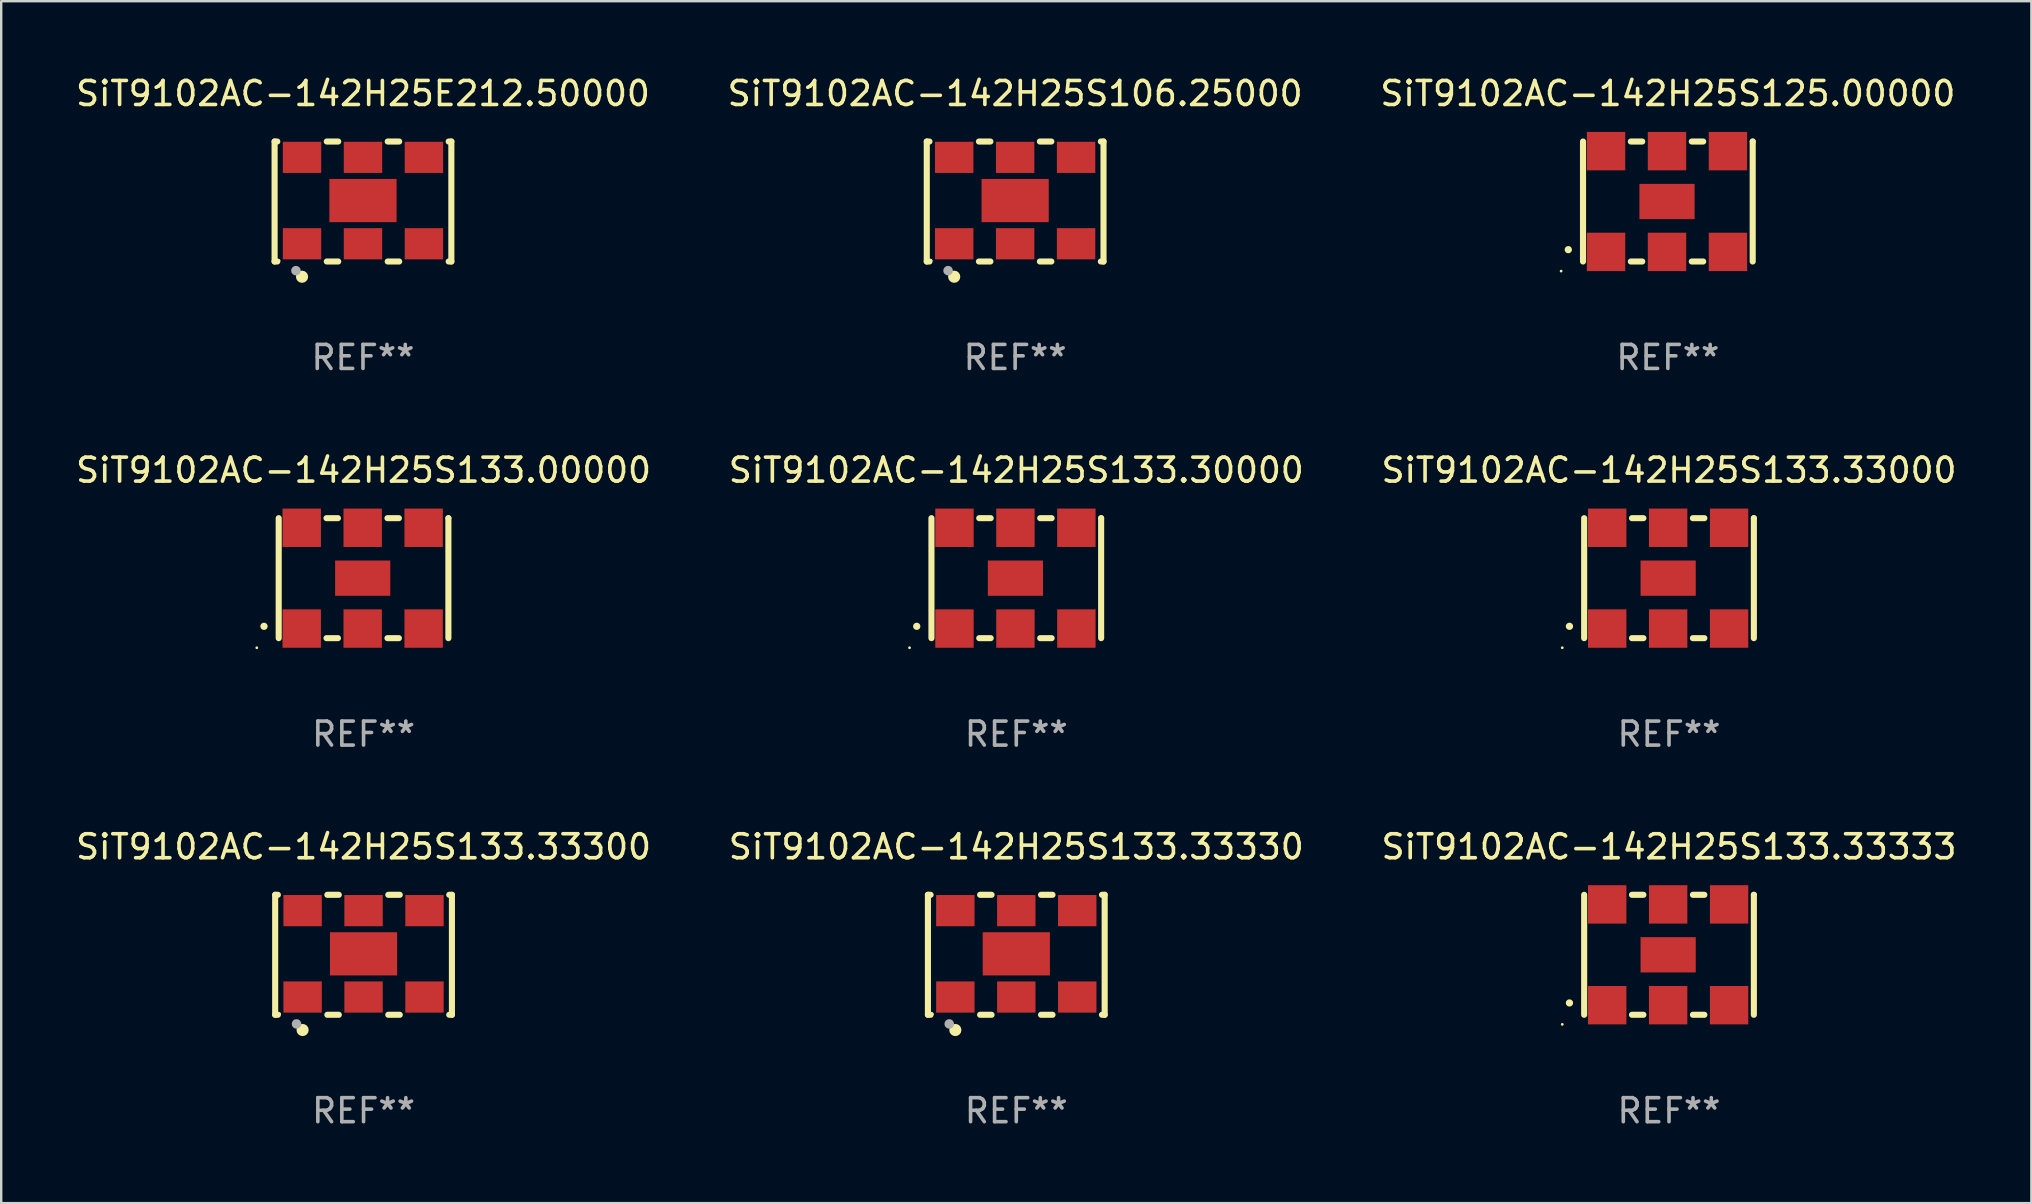
<source format=kicad_pcb>
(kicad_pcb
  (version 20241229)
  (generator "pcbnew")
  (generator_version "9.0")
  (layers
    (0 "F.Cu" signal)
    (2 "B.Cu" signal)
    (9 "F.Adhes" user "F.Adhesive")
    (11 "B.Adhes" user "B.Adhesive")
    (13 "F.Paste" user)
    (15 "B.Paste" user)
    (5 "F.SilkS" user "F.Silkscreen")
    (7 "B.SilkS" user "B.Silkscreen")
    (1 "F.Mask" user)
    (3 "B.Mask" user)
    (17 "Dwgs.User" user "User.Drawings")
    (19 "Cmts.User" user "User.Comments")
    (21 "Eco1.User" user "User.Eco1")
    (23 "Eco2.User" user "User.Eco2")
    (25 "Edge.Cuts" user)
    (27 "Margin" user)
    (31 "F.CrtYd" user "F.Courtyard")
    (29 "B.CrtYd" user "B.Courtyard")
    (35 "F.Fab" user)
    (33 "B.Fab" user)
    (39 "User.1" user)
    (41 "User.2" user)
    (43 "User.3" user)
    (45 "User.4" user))
  (footprint "SiT9102AC-142H25S133.33000"
    (layer "F.Cu")
    (at 66.506 21.045)
    (property "Reference" "SiT9102AC-142H25S133.33000" (at 0 -4.5 0) (layer "F.SilkS") (effects (font (size 1 1) (thickness 0.15))))
    (attr through_hole)
    (fp_line (start -3.536 -2.5) (end -3.536 2.5) (stroke (width 0.254) (type solid)) (layer "F.SilkS"))
    (fp_line (start -1.544 2.5) (end -1.067 2.5) (stroke (width 0.254) (type solid)) (layer "F.SilkS"))
    (fp_line (start -1.067 -2.5) (end -1.544 -2.5) (stroke (width 0.254) (type solid)) (layer "F.SilkS"))
    (fp_line (start 0.996 2.5) (end 1.473 2.5) (stroke (width 0.254) (type solid)) (layer "F.SilkS"))
    (fp_line (start 1.473 -2.5) (end 0.996 -2.5) (stroke (width 0.254) (type solid)) (layer "F.SilkS"))
    (fp_line (start 3.536 -2.5) (end 3.536 -2.5) (stroke (width 0.254) (type solid)) (layer "F.SilkS"))
    (fp_line (start 3.536 2.5) (end 3.536 -2.5) (stroke (width 0.254) (type solid)) (layer "F.SilkS"))
    (fp_arc (start -4.150432 2.006604) (mid -4.149162 2.006599) (end -4.147892 2.006604) (stroke (width 0.3) (type solid)) (layer "F.SilkS"))
    (fp_circle (center -4.449 2.9) (end -4.419 2.9) (stroke (width 0.06) (type solid)) (fill no) (layer "F.SilkS"))
    (fp_text user "REF**" (at 0 6.5 0) (layer "F.Fab") (effects (font (size 1 1) (thickness 0.15))))
    (pad "1" smd rect (at -2.576 2.1) (size 1.6 1.6) (layers "F.Cu" "F.Mask" "F.Paste"))
    (pad "2" smd rect (at -0.036 2.1) (size 1.6 1.6) (layers "F.Cu" "F.Mask" "F.Paste"))
    (pad "3" smd rect (at 2.504 2.1) (size 1.6 1.6) (layers "F.Cu" "F.Mask" "F.Paste"))
    (pad "4" smd rect (at 2.504 -2.1) (size 1.6 1.6) (layers "F.Cu" "F.Mask" "F.Paste"))
    (pad "5" smd rect (at -0.036 -2.1) (size 1.6 1.6) (layers "F.Cu" "F.Mask" "F.Paste"))
    (pad "6" smd rect (at -2.576 -2.1) (size 1.6 1.6) (layers "F.Cu" "F.Mask" "F.Paste"))
    (pad "7" smd rect (at -0.036 0) (size 2.3 1.47) (layers "F.Cu" "F.Mask" "F.Paste")))
  (footprint "SiT9102AC-142H25S133.33330"
    (layer "F.Cu")
    (at 39.304 36.741)
    (property "Reference" "SiT9102AC-142H25S133.33330" (at 0 -4.5 0) (layer "F.SilkS") (effects (font (size 1 1) (thickness 0.15))))
    (attr through_hole)
    (fp_line (start -3.683 -2.5) (end -3.571 -2.5) (stroke (width 0.254) (type solid)) (layer "F.SilkS"))
    (fp_line (start -3.683 2.5) (end -3.683 -2.5) (stroke (width 0.254) (type solid)) (layer "F.SilkS"))
    (fp_line (start -3.683 2.5) (end -3.571 2.5) (stroke (width 0.254) (type solid)) (layer "F.SilkS"))
    (fp_line (start -1.509 -2.5) (end -1.031 -2.5) (stroke (width 0.254) (type solid)) (layer "F.SilkS"))
    (fp_line (start -1.509 2.5) (end -1.031 2.5) (stroke (width 0.254) (type solid)) (layer "F.SilkS"))
    (fp_line (start 1.031 -2.5) (end 1.509 -2.5) (stroke (width 0.254) (type solid)) (layer "F.SilkS"))
    (fp_line (start 1.031 2.5) (end 1.509 2.5) (stroke (width 0.254) (type solid)) (layer "F.SilkS"))
    (fp_line (start 3.571 -2.5) (end 3.683 -2.5) (stroke (width 0.254) (type solid)) (layer "F.SilkS"))
    (fp_line (start 3.571 2.5) (end 3.683 2.5) (stroke (width 0.254) (type solid)) (layer "F.SilkS"))
    (fp_line (start 3.683 2.5) (end 3.683 -2.5) (stroke (width 0.254) (type solid)) (layer "F.SilkS"))
    (fp_circle (center -3.5 2.46) (end -3.47 2.46) (stroke (width 0.06) (type solid)) (fill no) (layer "F.SilkS"))
    (fp_circle (center -2.54 3.135) (end -2.413 3.135) (stroke (width 0.254) (type solid)) (fill no) (layer "F.SilkS"))
    (fp_circle (center -2.794 2.881) (end -2.694 2.881) (stroke (width 0.2) (type solid)) (fill no) (layer "F.Fab"))
    (fp_text user "REF**" (at 0 6.5 0) (layer "F.Fab") (effects (font (size 1 1) (thickness 0.15))))
    (pad "1" smd rect (at -2.54 1.76) (size 1.6 1.3) (layers "F.Cu" "F.Mask" "F.Paste"))
    (pad "2" smd rect (at 0 1.76) (size 1.6 1.3) (layers "F.Cu" "F.Mask" "F.Paste"))
    (pad "3" smd rect (at 2.54 1.76) (size 1.6 1.3) (layers "F.Cu" "F.Mask" "F.Paste"))
    (pad "4" smd rect (at 2.54 -1.84) (size 1.6 1.3) (layers "F.Cu" "F.Mask" "F.Paste"))
    (pad "5" smd rect (at 0 -1.84) (size 1.6 1.3) (layers "F.Cu" "F.Mask" "F.Paste"))
    (pad "6" smd rect (at -2.54 -1.84) (size 1.6 1.3) (layers "F.Cu" "F.Mask" "F.Paste"))
    (pad "7" smd rect (at 0 -0.04) (size 2.8 1.8) (layers "F.Cu" "F.Mask" "F.Paste")))
  (footprint "SiT9102AC-142H25S133.00000"
    (layer "F.Cu")
    (at 12.101 21.045)
    (property "Reference" "SiT9102AC-142H25S133.00000" (at 0 -4.5 0) (layer "F.SilkS") (effects (font (size 1 1) (thickness 0.15))))
    (attr through_hole)
    (fp_line (start -3.536 -2.5) (end -3.536 2.5) (stroke (width 0.254) (type solid)) (layer "F.SilkS"))
    (fp_line (start -1.544 2.5) (end -1.067 2.5) (stroke (width 0.254) (type solid)) (layer "F.SilkS"))
    (fp_line (start -1.067 -2.5) (end -1.544 -2.5) (stroke (width 0.254) (type solid)) (layer "F.SilkS"))
    (fp_line (start 0.996 2.5) (end 1.473 2.5) (stroke (width 0.254) (type solid)) (layer "F.SilkS"))
    (fp_line (start 1.473 -2.5) (end 0.996 -2.5) (stroke (width 0.254) (type solid)) (layer "F.SilkS"))
    (fp_line (start 3.536 -2.5) (end 3.536 -2.5) (stroke (width 0.254) (type solid)) (layer "F.SilkS"))
    (fp_line (start 3.536 2.5) (end 3.536 -2.5) (stroke (width 0.254) (type solid)) (layer "F.SilkS"))
    (fp_arc (start -4.150432 2.006604) (mid -4.149162 2.006599) (end -4.147892 2.006604) (stroke (width 0.3) (type solid)) (layer "F.SilkS"))
    (fp_circle (center -4.449 2.9) (end -4.419 2.9) (stroke (width 0.06) (type solid)) (fill no) (layer "F.SilkS"))
    (fp_text user "REF**" (at 0 6.5 0) (layer "F.Fab") (effects (font (size 1 1) (thickness 0.15))))
    (pad "1" smd rect (at -2.576 2.1) (size 1.6 1.6) (layers "F.Cu" "F.Mask" "F.Paste"))
    (pad "2" smd rect (at -0.036 2.1) (size 1.6 1.6) (layers "F.Cu" "F.Mask" "F.Paste"))
    (pad "3" smd rect (at 2.504 2.1) (size 1.6 1.6) (layers "F.Cu" "F.Mask" "F.Paste"))
    (pad "4" smd rect (at 2.504 -2.1) (size 1.6 1.6) (layers "F.Cu" "F.Mask" "F.Paste"))
    (pad "5" smd rect (at -0.036 -2.1) (size 1.6 1.6) (layers "F.Cu" "F.Mask" "F.Paste"))
    (pad "6" smd rect (at -2.576 -2.1) (size 1.6 1.6) (layers "F.Cu" "F.Mask" "F.Paste"))
    (pad "7" smd rect (at -0.036 0) (size 2.3 1.47) (layers "F.Cu" "F.Mask" "F.Paste")))
  (footprint "SiT9102AC-142H25S133.30000"
    (layer "F.Cu")
    (at 39.304 21.045)
    (property "Reference" "SiT9102AC-142H25S133.30000" (at 0 -4.5 0) (layer "F.SilkS") (effects (font (size 1 1) (thickness 0.15))))
    (attr through_hole)
    (fp_line (start -3.536 -2.5) (end -3.536 2.5) (stroke (width 0.254) (type solid)) (layer "F.SilkS"))
    (fp_line (start -1.544 2.5) (end -1.067 2.5) (stroke (width 0.254) (type solid)) (layer "F.SilkS"))
    (fp_line (start -1.067 -2.5) (end -1.544 -2.5) (stroke (width 0.254) (type solid)) (layer "F.SilkS"))
    (fp_line (start 0.996 2.5) (end 1.473 2.5) (stroke (width 0.254) (type solid)) (layer "F.SilkS"))
    (fp_line (start 1.473 -2.5) (end 0.996 -2.5) (stroke (width 0.254) (type solid)) (layer "F.SilkS"))
    (fp_line (start 3.536 -2.5) (end 3.536 -2.5) (stroke (width 0.254) (type solid)) (layer "F.SilkS"))
    (fp_line (start 3.536 2.5) (end 3.536 -2.5) (stroke (width 0.254) (type solid)) (layer "F.SilkS"))
    (fp_arc (start -4.150432 2.006604) (mid -4.149162 2.006599) (end -4.147892 2.006604) (stroke (width 0.3) (type solid)) (layer "F.SilkS"))
    (fp_circle (center -4.449 2.9) (end -4.419 2.9) (stroke (width 0.06) (type solid)) (fill no) (layer "F.SilkS"))
    (fp_text user "REF**" (at 0 6.5 0) (layer "F.Fab") (effects (font (size 1 1) (thickness 0.15))))
    (pad "1" smd rect (at -2.576 2.1) (size 1.6 1.6) (layers "F.Cu" "F.Mask" "F.Paste"))
    (pad "2" smd rect (at -0.036 2.1) (size 1.6 1.6) (layers "F.Cu" "F.Mask" "F.Paste"))
    (pad "3" smd rect (at 2.504 2.1) (size 1.6 1.6) (layers "F.Cu" "F.Mask" "F.Paste"))
    (pad "4" smd rect (at 2.504 -2.1) (size 1.6 1.6) (layers "F.Cu" "F.Mask" "F.Paste"))
    (pad "5" smd rect (at -0.036 -2.1) (size 1.6 1.6) (layers "F.Cu" "F.Mask" "F.Paste"))
    (pad "6" smd rect (at -2.576 -2.1) (size 1.6 1.6) (layers "F.Cu" "F.Mask" "F.Paste"))
    (pad "7" smd rect (at -0.036 0) (size 2.3 1.47) (layers "F.Cu" "F.Mask" "F.Paste")))
  (footprint "SiT9102AC-142H25S125.00000"
    (layer "F.Cu")
    (at 66.458 5.348)
    (property "Reference" "SiT9102AC-142H25S125.00000" (at 0 -4.5 0) (layer "F.SilkS") (effects (font (size 1 1) (thickness 0.15))))
    (attr through_hole)
    (fp_line (start -3.536 -2.5) (end -3.536 2.5) (stroke (width 0.254) (type solid)) (layer "F.SilkS"))
    (fp_line (start -1.544 2.5) (end -1.067 2.5) (stroke (width 0.254) (type solid)) (layer "F.SilkS"))
    (fp_line (start -1.067 -2.5) (end -1.544 -2.5) (stroke (width 0.254) (type solid)) (layer "F.SilkS"))
    (fp_line (start 0.996 2.5) (end 1.473 2.5) (stroke (width 0.254) (type solid)) (layer "F.SilkS"))
    (fp_line (start 1.473 -2.5) (end 0.996 -2.5) (stroke (width 0.254) (type solid)) (layer "F.SilkS"))
    (fp_line (start 3.536 -2.5) (end 3.536 -2.5) (stroke (width 0.254) (type solid)) (layer "F.SilkS"))
    (fp_line (start 3.536 2.5) (end 3.536 -2.5) (stroke (width 0.254) (type solid)) (layer "F.SilkS"))
    (fp_arc (start -4.150432 2.006604) (mid -4.149162 2.006599) (end -4.147892 2.006604) (stroke (width 0.3) (type solid)) (layer "F.SilkS"))
    (fp_circle (center -4.449 2.9) (end -4.419 2.9) (stroke (width 0.06) (type solid)) (fill no) (layer "F.SilkS"))
    (fp_text user "REF**" (at 0 6.5 0) (layer "F.Fab") (effects (font (size 1 1) (thickness 0.15))))
    (pad "1" smd rect (at -2.576 2.1) (size 1.6 1.6) (layers "F.Cu" "F.Mask" "F.Paste"))
    (pad "2" smd rect (at -0.036 2.1) (size 1.6 1.6) (layers "F.Cu" "F.Mask" "F.Paste"))
    (pad "3" smd rect (at 2.504 2.1) (size 1.6 1.6) (layers "F.Cu" "F.Mask" "F.Paste"))
    (pad "4" smd rect (at 2.504 -2.1) (size 1.6 1.6) (layers "F.Cu" "F.Mask" "F.Paste"))
    (pad "5" smd rect (at -0.036 -2.1) (size 1.6 1.6) (layers "F.Cu" "F.Mask" "F.Paste"))
    (pad "6" smd rect (at -2.576 -2.1) (size 1.6 1.6) (layers "F.Cu" "F.Mask" "F.Paste"))
    (pad "7" smd rect (at -0.036 0) (size 2.3 1.47) (layers "F.Cu" "F.Mask" "F.Paste")))
  (footprint "SiT9102AC-142H25S133.33300"
    (layer "F.Cu")
    (at 12.101 36.741)
    (property "Reference" "SiT9102AC-142H25S133.33300" (at 0 -4.5 0) (layer "F.SilkS") (effects (font (size 1 1) (thickness 0.15))))
    (attr through_hole)
    (fp_line (start -3.683 -2.5) (end -3.571 -2.5) (stroke (width 0.254) (type solid)) (layer "F.SilkS"))
    (fp_line (start -3.683 2.5) (end -3.683 -2.5) (stroke (width 0.254) (type solid)) (layer "F.SilkS"))
    (fp_line (start -3.683 2.5) (end -3.571 2.5) (stroke (width 0.254) (type solid)) (layer "F.SilkS"))
    (fp_line (start -1.509 -2.5) (end -1.031 -2.5) (stroke (width 0.254) (type solid)) (layer "F.SilkS"))
    (fp_line (start -1.509 2.5) (end -1.031 2.5) (stroke (width 0.254) (type solid)) (layer "F.SilkS"))
    (fp_line (start 1.031 -2.5) (end 1.509 -2.5) (stroke (width 0.254) (type solid)) (layer "F.SilkS"))
    (fp_line (start 1.031 2.5) (end 1.509 2.5) (stroke (width 0.254) (type solid)) (layer "F.SilkS"))
    (fp_line (start 3.571 -2.5) (end 3.683 -2.5) (stroke (width 0.254) (type solid)) (layer "F.SilkS"))
    (fp_line (start 3.571 2.5) (end 3.683 2.5) (stroke (width 0.254) (type solid)) (layer "F.SilkS"))
    (fp_line (start 3.683 2.5) (end 3.683 -2.5) (stroke (width 0.254) (type solid)) (layer "F.SilkS"))
    (fp_circle (center -3.5 2.46) (end -3.47 2.46) (stroke (width 0.06) (type solid)) (fill no) (layer "F.SilkS"))
    (fp_circle (center -2.54 3.135) (end -2.413 3.135) (stroke (width 0.254) (type solid)) (fill no) (layer "F.SilkS"))
    (fp_circle (center -2.794 2.881) (end -2.694 2.881) (stroke (width 0.2) (type solid)) (fill no) (layer "F.Fab"))
    (fp_text user "REF**" (at 0 6.5 0) (layer "F.Fab") (effects (font (size 1 1) (thickness 0.15))))
    (pad "1" smd rect (at -2.54 1.76) (size 1.6 1.3) (layers "F.Cu" "F.Mask" "F.Paste"))
    (pad "2" smd rect (at 0 1.76) (size 1.6 1.3) (layers "F.Cu" "F.Mask" "F.Paste"))
    (pad "3" smd rect (at 2.54 1.76) (size 1.6 1.3) (layers "F.Cu" "F.Mask" "F.Paste"))
    (pad "4" smd rect (at 2.54 -1.84) (size 1.6 1.3) (layers "F.Cu" "F.Mask" "F.Paste"))
    (pad "5" smd rect (at 0 -1.84) (size 1.6 1.3) (layers "F.Cu" "F.Mask" "F.Paste"))
    (pad "6" smd rect (at -2.54 -1.84) (size 1.6 1.3) (layers "F.Cu" "F.Mask" "F.Paste"))
    (pad "7" smd rect (at 0 -0.04) (size 2.8 1.8) (layers "F.Cu" "F.Mask" "F.Paste")))
  (footprint "SiT9102AC-142H25S106.25000"
    (layer "F.Cu")
    (at 39.256 5.348)
    (property "Reference" "SiT9102AC-142H25S106.25000" (at 0 -4.5 0) (layer "F.SilkS") (effects (font (size 1 1) (thickness 0.15))))
    (attr through_hole)
    (fp_line (start -3.683 -2.5) (end -3.571 -2.5) (stroke (width 0.254) (type solid)) (layer "F.SilkS"))
    (fp_line (start -3.683 2.5) (end -3.683 -2.5) (stroke (width 0.254) (type solid)) (layer "F.SilkS"))
    (fp_line (start -3.683 2.5) (end -3.571 2.5) (stroke (width 0.254) (type solid)) (layer "F.SilkS"))
    (fp_line (start -1.509 -2.5) (end -1.031 -2.5) (stroke (width 0.254) (type solid)) (layer "F.SilkS"))
    (fp_line (start -1.509 2.5) (end -1.031 2.5) (stroke (width 0.254) (type solid)) (layer "F.SilkS"))
    (fp_line (start 1.031 -2.5) (end 1.509 -2.5) (stroke (width 0.254) (type solid)) (layer "F.SilkS"))
    (fp_line (start 1.031 2.5) (end 1.509 2.5) (stroke (width 0.254) (type solid)) (layer "F.SilkS"))
    (fp_line (start 3.571 -2.5) (end 3.683 -2.5) (stroke (width 0.254) (type solid)) (layer "F.SilkS"))
    (fp_line (start 3.571 2.5) (end 3.683 2.5) (stroke (width 0.254) (type solid)) (layer "F.SilkS"))
    (fp_line (start 3.683 2.5) (end 3.683 -2.5) (stroke (width 0.254) (type solid)) (layer "F.SilkS"))
    (fp_circle (center -3.5 2.46) (end -3.47 2.46) (stroke (width 0.06) (type solid)) (fill no) (layer "F.SilkS"))
    (fp_circle (center -2.54 3.135) (end -2.413 3.135) (stroke (width 0.254) (type solid)) (fill no) (layer "F.SilkS"))
    (fp_circle (center -2.794 2.881) (end -2.694 2.881) (stroke (width 0.2) (type solid)) (fill no) (layer "F.Fab"))
    (fp_text user "REF**" (at 0 6.5 0) (layer "F.Fab") (effects (font (size 1 1) (thickness 0.15))))
    (pad "1" smd rect (at -2.54 1.76) (size 1.6 1.3) (layers "F.Cu" "F.Mask" "F.Paste"))
    (pad "2" smd rect (at 0 1.76) (size 1.6 1.3) (layers "F.Cu" "F.Mask" "F.Paste"))
    (pad "3" smd rect (at 2.54 1.76) (size 1.6 1.3) (layers "F.Cu" "F.Mask" "F.Paste"))
    (pad "4" smd rect (at 2.54 -1.84) (size 1.6 1.3) (layers "F.Cu" "F.Mask" "F.Paste"))
    (pad "5" smd rect (at 0 -1.84) (size 1.6 1.3) (layers "F.Cu" "F.Mask" "F.Paste"))
    (pad "6" smd rect (at -2.54 -1.84) (size 1.6 1.3) (layers "F.Cu" "F.Mask" "F.Paste"))
    (pad "7" smd rect (at 0 -0.04) (size 2.8 1.8) (layers "F.Cu" "F.Mask" "F.Paste")))
  (footprint "SiT9102AC-142H25S133.33333"
    (layer "F.Cu")
    (at 66.506 36.741)
    (property "Reference" "SiT9102AC-142H25S133.33333" (at 0 -4.5 0) (layer "F.SilkS") (effects (font (size 1 1) (thickness 0.15))))
    (attr through_hole)
    (fp_line (start -3.536 -2.5) (end -3.536 2.5) (stroke (width 0.254) (type solid)) (layer "F.SilkS"))
    (fp_line (start -1.544 2.5) (end -1.067 2.5) (stroke (width 0.254) (type solid)) (layer "F.SilkS"))
    (fp_line (start -1.067 -2.5) (end -1.544 -2.5) (stroke (width 0.254) (type solid)) (layer "F.SilkS"))
    (fp_line (start 0.996 2.5) (end 1.473 2.5) (stroke (width 0.254) (type solid)) (layer "F.SilkS"))
    (fp_line (start 1.473 -2.5) (end 0.996 -2.5) (stroke (width 0.254) (type solid)) (layer "F.SilkS"))
    (fp_line (start 3.536 -2.5) (end 3.536 -2.5) (stroke (width 0.254) (type solid)) (layer "F.SilkS"))
    (fp_line (start 3.536 2.5) (end 3.536 -2.5) (stroke (width 0.254) (type solid)) (layer "F.SilkS"))
    (fp_arc (start -4.150432 2.006604) (mid -4.149162 2.006599) (end -4.147892 2.006604) (stroke (width 0.3) (type solid)) (layer "F.SilkS"))
    (fp_circle (center -4.449 2.9) (end -4.419 2.9) (stroke (width 0.06) (type solid)) (fill no) (layer "F.SilkS"))
    (fp_text user "REF**" (at 0 6.5 0) (layer "F.Fab") (effects (font (size 1 1) (thickness 0.15))))
    (pad "1" smd rect (at -2.576 2.1) (size 1.6 1.6) (layers "F.Cu" "F.Mask" "F.Paste"))
    (pad "2" smd rect (at -0.036 2.1) (size 1.6 1.6) (layers "F.Cu" "F.Mask" "F.Paste"))
    (pad "3" smd rect (at 2.504 2.1) (size 1.6 1.6) (layers "F.Cu" "F.Mask" "F.Paste"))
    (pad "4" smd rect (at 2.504 -2.1) (size 1.6 1.6) (layers "F.Cu" "F.Mask" "F.Paste"))
    (pad "5" smd rect (at -0.036 -2.1) (size 1.6 1.6) (layers "F.Cu" "F.Mask" "F.Paste"))
    (pad "6" smd rect (at -2.576 -2.1) (size 1.6 1.6) (layers "F.Cu" "F.Mask" "F.Paste"))
    (pad "7" smd rect (at -0.036 0) (size 2.3 1.47) (layers "F.Cu" "F.Mask" "F.Paste")))
  (footprint "SiT9102AC-142H25E212.50000"
    (layer "F.Cu")
    (at 12.077 5.348)
    (property "Reference" "SiT9102AC-142H25E212.50000" (at 0 -4.5 0) (layer "F.SilkS") (effects (font (size 1 1) (thickness 0.15))))
    (attr through_hole)
    (fp_line (start -3.683 -2.5) (end -3.571 -2.5) (stroke (width 0.254) (type solid)) (layer "F.SilkS"))
    (fp_line (start -3.683 2.5) (end -3.683 -2.5) (stroke (width 0.254) (type solid)) (layer "F.SilkS"))
    (fp_line (start -3.683 2.5) (end -3.571 2.5) (stroke (width 0.254) (type solid)) (layer "F.SilkS"))
    (fp_line (start -1.509 -2.5) (end -1.031 -2.5) (stroke (width 0.254) (type solid)) (layer "F.SilkS"))
    (fp_line (start -1.509 2.5) (end -1.031 2.5) (stroke (width 0.254) (type solid)) (layer "F.SilkS"))
    (fp_line (start 1.031 -2.5) (end 1.509 -2.5) (stroke (width 0.254) (type solid)) (layer "F.SilkS"))
    (fp_line (start 1.031 2.5) (end 1.509 2.5) (stroke (width 0.254) (type solid)) (layer "F.SilkS"))
    (fp_line (start 3.571 -2.5) (end 3.683 -2.5) (stroke (width 0.254) (type solid)) (layer "F.SilkS"))
    (fp_line (start 3.571 2.5) (end 3.683 2.5) (stroke (width 0.254) (type solid)) (layer "F.SilkS"))
    (fp_line (start 3.683 2.5) (end 3.683 -2.5) (stroke (width 0.254) (type solid)) (layer "F.SilkS"))
    (fp_circle (center -3.5 2.46) (end -3.47 2.46) (stroke (width 0.06) (type solid)) (fill no) (layer "F.SilkS"))
    (fp_circle (center -2.54 3.135) (end -2.413 3.135) (stroke (width 0.254) (type solid)) (fill no) (layer "F.SilkS"))
    (fp_circle (center -2.794 2.881) (end -2.694 2.881) (stroke (width 0.2) (type solid)) (fill no) (layer "F.Fab"))
    (fp_text user "REF**" (at 0 6.5 0) (layer "F.Fab") (effects (font (size 1 1) (thickness 0.15))))
    (pad "1" smd rect (at -2.54 1.76) (size 1.6 1.3) (layers "F.Cu" "F.Mask" "F.Paste"))
    (pad "2" smd rect (at 0 1.76) (size 1.6 1.3) (layers "F.Cu" "F.Mask" "F.Paste"))
    (pad "3" smd rect (at 2.54 1.76) (size 1.6 1.3) (layers "F.Cu" "F.Mask" "F.Paste"))
    (pad "4" smd rect (at 2.54 -1.84) (size 1.6 1.3) (layers "F.Cu" "F.Mask" "F.Paste"))
    (pad "5" smd rect (at 0 -1.84) (size 1.6 1.3) (layers "F.Cu" "F.Mask" "F.Paste"))
    (pad "6" smd rect (at -2.54 -1.84) (size 1.6 1.3) (layers "F.Cu" "F.Mask" "F.Paste"))
    (pad "7" smd rect (at 0 -0.04) (size 2.8 1.8) (layers "F.Cu" "F.Mask" "F.Paste")))
  (gr_rect
    (start -3 -3)
    (end 81.607 47.09)
    (stroke (width 0.1) (type default))
    (fill no)
    (layer "Edge.Cuts")))
</source>
